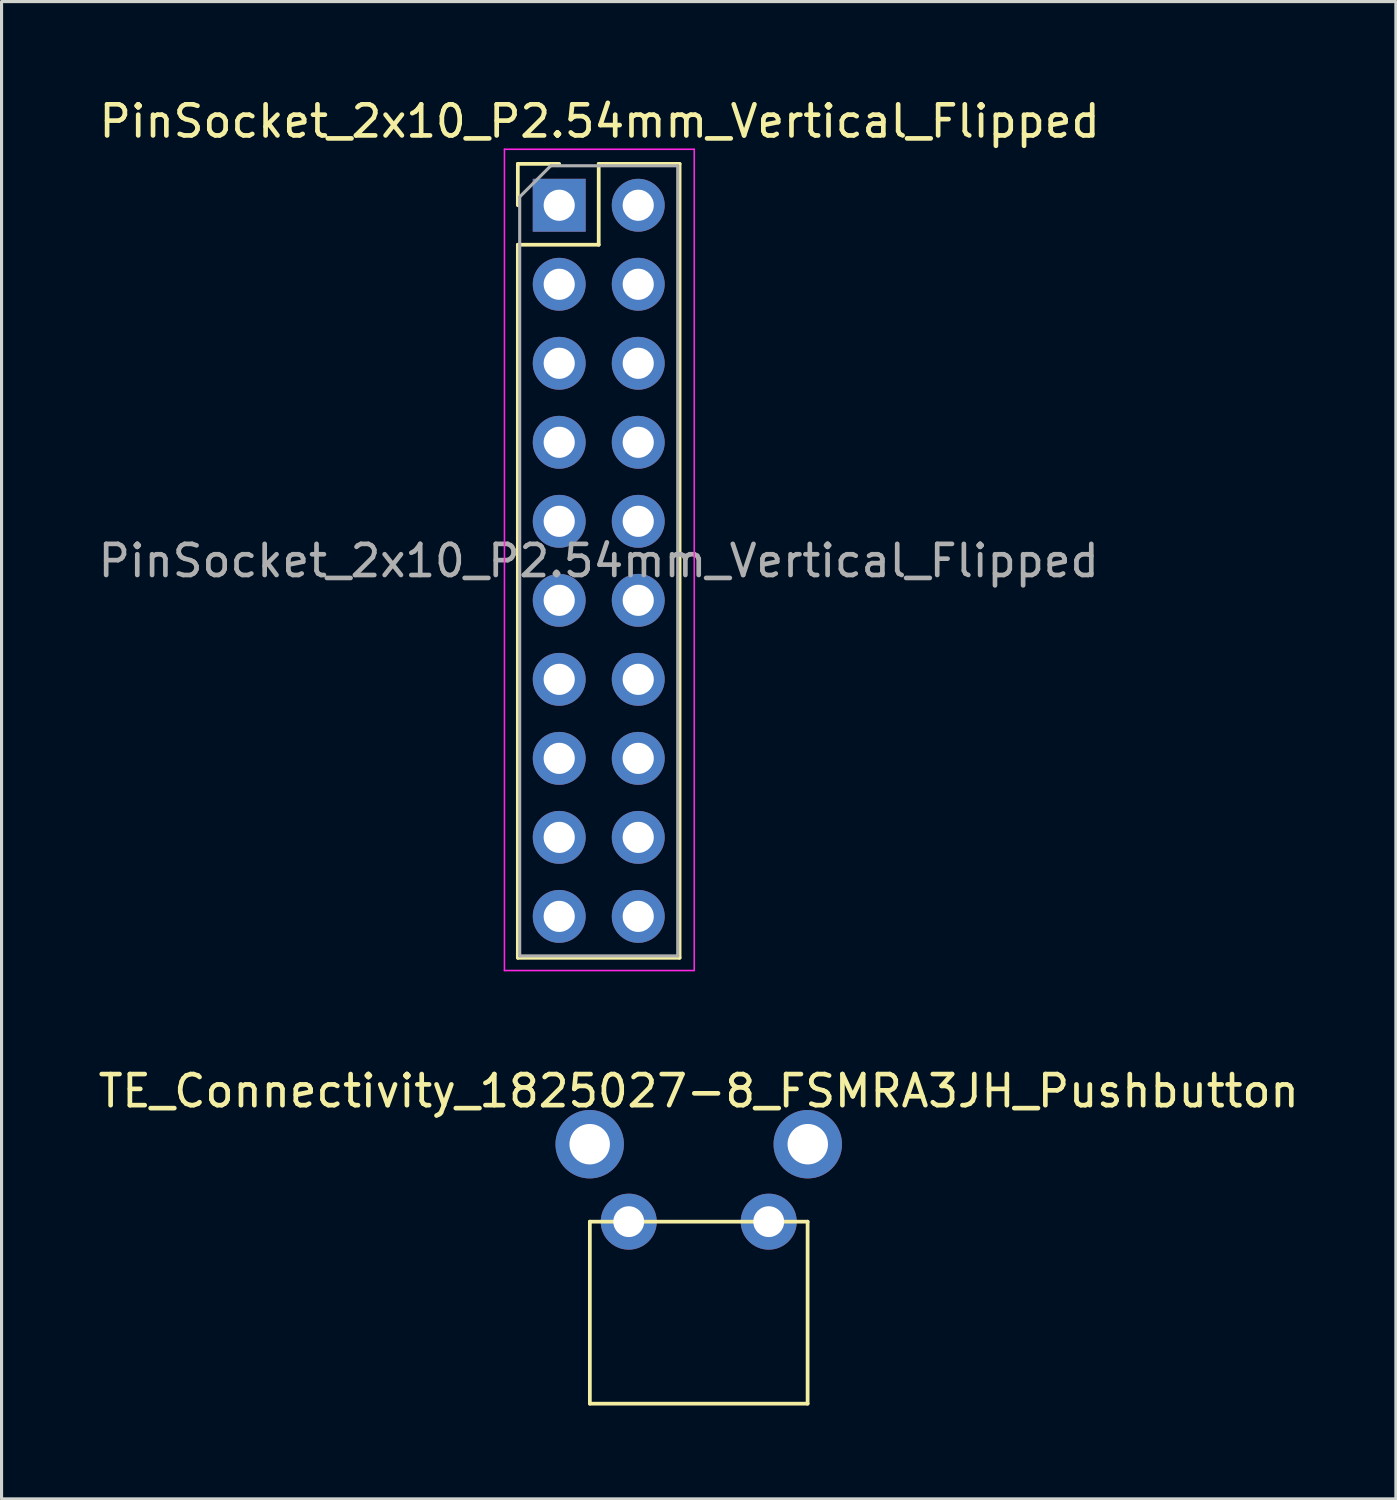
<source format=kicad_pcb>
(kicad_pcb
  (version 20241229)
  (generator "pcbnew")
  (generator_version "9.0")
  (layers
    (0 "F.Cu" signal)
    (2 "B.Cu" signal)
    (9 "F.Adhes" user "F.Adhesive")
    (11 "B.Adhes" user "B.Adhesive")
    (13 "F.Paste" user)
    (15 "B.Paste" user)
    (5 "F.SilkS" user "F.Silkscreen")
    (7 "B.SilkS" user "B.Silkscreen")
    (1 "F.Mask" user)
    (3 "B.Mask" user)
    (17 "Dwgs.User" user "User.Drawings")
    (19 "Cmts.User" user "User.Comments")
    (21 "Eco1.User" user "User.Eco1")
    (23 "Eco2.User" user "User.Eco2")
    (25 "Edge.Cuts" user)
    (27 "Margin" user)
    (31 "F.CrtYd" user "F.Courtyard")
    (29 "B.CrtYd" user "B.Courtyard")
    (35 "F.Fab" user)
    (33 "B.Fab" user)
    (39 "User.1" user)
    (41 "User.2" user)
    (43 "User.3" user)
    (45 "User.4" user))
  (footprint "PinSocket_2x10_P2.54mm_Vertical_Flipped"
    (layer "F.Cu")
    (at 14.926 3.548)
    (property "Reference" "PinSocket_2x10_P2.54mm_Vertical_Flipped" (at 1.3 -2.7 0) (unlocked yes) (layer "F.SilkS") (effects (font (size 1 1) (thickness 0.15))))
    (fp_line (start -1.33 -1.33) (end -1.33 0) (stroke (width 0.12) (type solid)) (layer "F.SilkS"))
    (fp_line (start -1.33 1.27) (end -1.33 24.19) (stroke (width 0.12) (type solid)) (layer "F.SilkS"))
    (fp_line (start 0 -1.33) (end -1.33 -1.33) (stroke (width 0.12) (type solid)) (layer "F.SilkS"))
    (fp_line (start 1.27 -1.33) (end 1.27 1.27) (stroke (width 0.12) (type solid)) (layer "F.SilkS"))
    (fp_line (start 1.27 1.27) (end -1.33 1.27) (stroke (width 0.12) (type solid)) (layer "F.SilkS"))
    (fp_line (start 3.87 -1.33) (end 1.27 -1.33) (stroke (width 0.12) (type solid)) (layer "F.SilkS"))
    (fp_line (start 3.87 -1.33) (end 3.87 24.19) (stroke (width 0.12) (type solid)) (layer "F.SilkS"))
    (fp_line (start 3.87 24.19) (end -1.33 24.19) (stroke (width 0.12) (type solid)) (layer "F.SilkS"))
    (fp_line (start -1.76 -1.8) (end -1.76 24.6) (stroke (width 0.05) (type solid)) (layer "F.CrtYd"))
    (fp_line (start -1.76 24.6) (end 4.34 24.6) (stroke (width 0.05) (type solid)) (layer "F.CrtYd"))
    (fp_line (start 4.34 -1.8) (end -1.76 -1.8) (stroke (width 0.05) (type solid)) (layer "F.CrtYd"))
    (fp_line (start 4.34 24.6) (end 4.34 -1.8) (stroke (width 0.05) (type solid)) (layer "F.CrtYd"))
    (fp_line (start -1.27 -0.27) (end -1.27 24.13) (stroke (width 0.1) (type solid)) (layer "F.Fab"))
    (fp_line (start -1.27 24.13) (end 3.81 24.13) (stroke (width 0.1) (type solid)) (layer "F.Fab"))
    (fp_line (start -0.27 -1.27) (end -1.27 -0.27) (stroke (width 0.1) (type solid)) (layer "F.Fab"))
    (fp_line (start 3.81 -1.27) (end -0.27 -1.27) (stroke (width 0.1) (type solid)) (layer "F.Fab"))
    (fp_line (start 3.81 24.13) (end 3.81 -1.27) (stroke (width 0.1) (type solid)) (layer "F.Fab"))
    (fp_text user "${REFERENCE}" (at 1.27 11.43 0) (layer "F.Fab") (effects (font (size 1 1) (thickness 0.15))))
    (pad "1" thru_hole rect (at 0 0) (size 1.7 1.7) (drill 1) (layers "*.Cu" "*.Mask"))
    (pad "2" thru_hole oval (at 2.54 0) (size 1.7 1.7) (drill 1) (layers "*.Cu" "*.Mask"))
    (pad "3" thru_hole oval (at 0 2.54) (size 1.7 1.7) (drill 1) (layers "*.Cu" "*.Mask"))
    (pad "4" thru_hole oval (at 2.54 2.54) (size 1.7 1.7) (drill 1) (layers "*.Cu" "*.Mask"))
    (pad "5" thru_hole oval (at 0 5.08) (size 1.7 1.7) (drill 1) (layers "*.Cu" "*.Mask"))
    (pad "6" thru_hole oval (at 2.54 5.08) (size 1.7 1.7) (drill 1) (layers "*.Cu" "*.Mask"))
    (pad "7" thru_hole oval (at 0 7.62) (size 1.7 1.7) (drill 1) (layers "*.Cu" "*.Mask"))
    (pad "8" thru_hole oval (at 2.54 7.62) (size 1.7 1.7) (drill 1) (layers "*.Cu" "*.Mask"))
    (pad "9" thru_hole oval (at 0 10.16) (size 1.7 1.7) (drill 1) (layers "*.Cu" "*.Mask"))
    (pad "10" thru_hole oval (at 2.54 10.16) (size 1.7 1.7) (drill 1) (layers "*.Cu" "*.Mask"))
    (pad "11" thru_hole oval (at 0 12.7) (size 1.7 1.7) (drill 1) (layers "*.Cu" "*.Mask"))
    (pad "12" thru_hole oval (at 2.54 12.7) (size 1.7 1.7) (drill 1) (layers "*.Cu" "*.Mask"))
    (pad "13" thru_hole oval (at 0 15.24) (size 1.7 1.7) (drill 1) (layers "*.Cu" "*.Mask"))
    (pad "14" thru_hole oval (at 2.54 15.24) (size 1.7 1.7) (drill 1) (layers "*.Cu" "*.Mask"))
    (pad "15" thru_hole oval (at 0 17.78) (size 1.7 1.7) (drill 1) (layers "*.Cu" "*.Mask"))
    (pad "16" thru_hole oval (at 2.54 17.78) (size 1.7 1.7) (drill 1) (layers "*.Cu" "*.Mask"))
    (pad "17" thru_hole oval (at 0 20.32) (size 1.7 1.7) (drill 1) (layers "*.Cu" "*.Mask"))
    (pad "18" thru_hole oval (at 2.54 20.32) (size 1.7 1.7) (drill 1) (layers "*.Cu" "*.Mask"))
    (pad "19" thru_hole oval (at 0 22.86) (size 1.7 1.7) (drill 1) (layers "*.Cu" "*.Mask"))
    (pad "20" thru_hole oval (at 2.54 22.86) (size 1.7 1.7) (drill 1) (layers "*.Cu" "*.Mask")))
  (footprint "TE_Connectivity_1825027-8_FSMRA3JH_Pushbutton"
    (layer "F.Cu")
    (at 19.411 36.221)
    (property "Reference" "TE_Connectivity_1825027-8_FSMRA3JH_Pushbutton" (at 0 -4.2 0) (unlocked yes) (layer "F.SilkS") (effects (font (size 1 1) (thickness 0.15))))
    (fp_line (start -3.5 0) (end 3.5 0) (stroke (width 0.12) (type solid)) (layer "F.SilkS"))
    (fp_line (start -3.5 5.85) (end -3.5 0) (stroke (width 0.12) (type solid)) (layer "F.SilkS"))
    (fp_line (start 3.5 0) (end 3.5 5.85) (stroke (width 0.12) (type solid)) (layer "F.SilkS"))
    (fp_line (start 3.5 5.85) (end -3.5 5.85) (stroke (width 0.12) (type solid)) (layer "F.SilkS"))
    (pad "" thru_hole circle (at -3.505 -2.49) (size 2.2 2.2) (drill 1.3) (layers "*.Cu" "*.Mask"))
    (pad "" thru_hole circle (at 3.505 -2.49) (size 2.2 2.2) (drill 1.3) (layers "*.Cu" "*.Mask"))
    (pad "1" thru_hole circle (at -2.25 0) (size 1.8 1.8) (drill 0.99) (layers "*.Cu" "*.Mask"))
    (pad "2" thru_hole circle (at 2.25 0) (size 1.8 1.8) (drill 0.99) (layers "*.Cu" "*.Mask")))
  (gr_rect
    (start -3 -3)
    (end 41.821 45.132)
    (stroke (width 0.1) (type default))
    (fill no)
    (layer "Edge.Cuts")))
</source>
